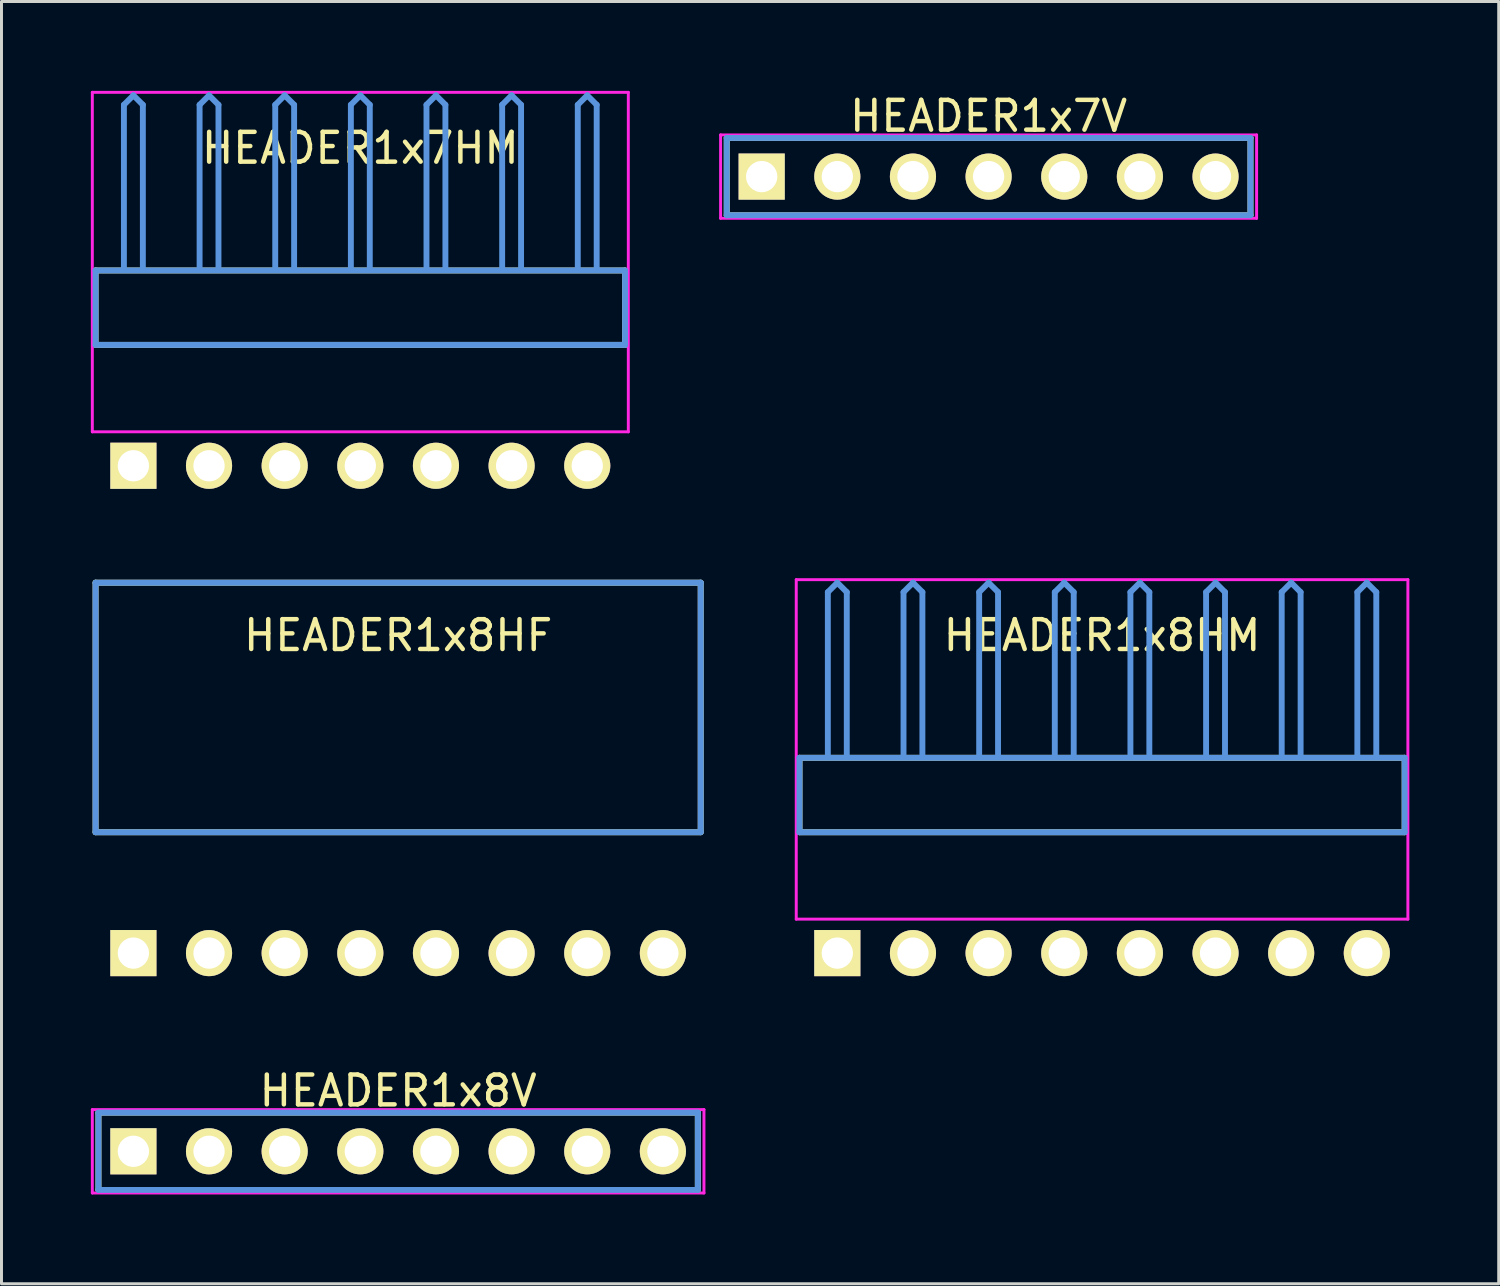
<source format=kicad_pcb>
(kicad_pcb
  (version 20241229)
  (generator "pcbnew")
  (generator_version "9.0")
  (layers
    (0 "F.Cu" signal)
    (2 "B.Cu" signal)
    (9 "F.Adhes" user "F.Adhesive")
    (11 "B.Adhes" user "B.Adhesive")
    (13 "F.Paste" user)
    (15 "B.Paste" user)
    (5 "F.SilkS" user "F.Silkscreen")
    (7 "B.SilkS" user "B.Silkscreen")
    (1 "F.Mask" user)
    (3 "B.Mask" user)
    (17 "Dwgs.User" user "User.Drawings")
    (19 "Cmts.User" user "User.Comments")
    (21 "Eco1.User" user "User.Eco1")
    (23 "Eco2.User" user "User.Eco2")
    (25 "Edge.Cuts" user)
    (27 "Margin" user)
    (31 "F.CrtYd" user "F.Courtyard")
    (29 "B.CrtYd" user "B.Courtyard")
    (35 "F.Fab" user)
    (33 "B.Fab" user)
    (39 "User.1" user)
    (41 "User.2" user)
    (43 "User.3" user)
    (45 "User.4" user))
  (footprint "HEADER1x7HM"
    (layer "F.Cu")
    (at 1.429 12.59)
    (property "Reference" "HEADER1x7HM" (at 7.62 -10.668 0) (layer "F.SilkS") (effects (font (size 1.001 1.001) (thickness 0.15))))
    (attr through_hole)
    (fp_line (start -1.27 -6.558) (end -1.27 -4.059) (stroke (width 0.198) (type solid)) (layer "F.SilkS"))
    (fp_line (start -1.27 -4.059) (end 16.51 -4.059) (stroke (width 0.198) (type solid)) (layer "F.SilkS"))
    (fp_line (start 16.51 -6.558) (end -1.27 -6.558) (stroke (width 0.198) (type solid)) (layer "F.SilkS"))
    (fp_line (start 16.51 -4.059) (end 16.51 -6.558) (stroke (width 0.198) (type solid)) (layer "F.SilkS"))
    (fp_line (start -1.27 -6.558) (end -1.27 -4.059) (stroke (width 0.198) (type solid)) (layer "Cmts.User"))
    (fp_line (start -1.27 -4.059) (end 16.51 -4.059) (stroke (width 0.198) (type solid)) (layer "Cmts.User"))
    (fp_line (start -0.318 -12.121) (end 0 -12.438) (stroke (width 0.198) (type solid)) (layer "Cmts.User"))
    (fp_line (start -0.318 -6.599) (end -0.318 -12.121) (stroke (width 0.198) (type solid)) (layer "Cmts.User"))
    (fp_line (start 0.318 -12.121) (end 0 -12.438) (stroke (width 0.198) (type solid)) (layer "Cmts.User"))
    (fp_line (start 0.318 -6.599) (end 0.318 -12.121) (stroke (width 0.198) (type solid)) (layer "Cmts.User"))
    (fp_line (start 2.223 -12.121) (end 2.54 -12.438) (stroke (width 0.198) (type solid)) (layer "Cmts.User"))
    (fp_line (start 2.223 -6.599) (end 2.223 -12.121) (stroke (width 0.198) (type solid)) (layer "Cmts.User"))
    (fp_line (start 2.857 -12.121) (end 2.54 -12.438) (stroke (width 0.198) (type solid)) (layer "Cmts.User"))
    (fp_line (start 2.857 -6.599) (end 2.857 -12.121) (stroke (width 0.198) (type solid)) (layer "Cmts.User"))
    (fp_line (start 4.763 -12.121) (end 5.08 -12.438) (stroke (width 0.198) (type solid)) (layer "Cmts.User"))
    (fp_line (start 4.763 -6.599) (end 4.763 -12.121) (stroke (width 0.198) (type solid)) (layer "Cmts.User"))
    (fp_line (start 5.397 -12.121) (end 5.08 -12.438) (stroke (width 0.198) (type solid)) (layer "Cmts.User"))
    (fp_line (start 5.397 -6.599) (end 5.397 -12.121) (stroke (width 0.198) (type solid)) (layer "Cmts.User"))
    (fp_line (start 7.303 -12.121) (end 7.62 -12.438) (stroke (width 0.198) (type solid)) (layer "Cmts.User"))
    (fp_line (start 7.303 -6.599) (end 7.303 -12.121) (stroke (width 0.198) (type solid)) (layer "Cmts.User"))
    (fp_line (start 7.938 -12.121) (end 7.62 -12.438) (stroke (width 0.198) (type solid)) (layer "Cmts.User"))
    (fp_line (start 7.938 -6.599) (end 7.938 -12.121) (stroke (width 0.198) (type solid)) (layer "Cmts.User"))
    (fp_line (start 9.842 -12.121) (end 10.16 -12.438) (stroke (width 0.198) (type solid)) (layer "Cmts.User"))
    (fp_line (start 9.842 -6.599) (end 9.842 -12.121) (stroke (width 0.198) (type solid)) (layer "Cmts.User"))
    (fp_line (start 10.477 -12.121) (end 10.16 -12.438) (stroke (width 0.198) (type solid)) (layer "Cmts.User"))
    (fp_line (start 10.477 -6.599) (end 10.477 -12.121) (stroke (width 0.198) (type solid)) (layer "Cmts.User"))
    (fp_line (start 12.383 -12.121) (end 12.7 -12.438) (stroke (width 0.198) (type solid)) (layer "Cmts.User"))
    (fp_line (start 12.383 -6.599) (end 12.383 -12.121) (stroke (width 0.198) (type solid)) (layer "Cmts.User"))
    (fp_line (start 13.018 -12.121) (end 12.7 -12.438) (stroke (width 0.198) (type solid)) (layer "Cmts.User"))
    (fp_line (start 13.018 -6.599) (end 13.018 -12.121) (stroke (width 0.198) (type solid)) (layer "Cmts.User"))
    (fp_line (start 14.922 -12.121) (end 15.24 -12.438) (stroke (width 0.198) (type solid)) (layer "Cmts.User"))
    (fp_line (start 14.922 -6.599) (end 14.922 -12.121) (stroke (width 0.198) (type solid)) (layer "Cmts.User"))
    (fp_line (start 15.557 -12.121) (end 15.24 -12.438) (stroke (width 0.198) (type solid)) (layer "Cmts.User"))
    (fp_line (start 15.557 -6.599) (end 15.557 -12.121) (stroke (width 0.198) (type solid)) (layer "Cmts.User"))
    (fp_line (start 16.51 -6.558) (end -1.27 -6.558) (stroke (width 0.198) (type solid)) (layer "Cmts.User"))
    (fp_line (start 16.51 -4.059) (end 16.51 -6.558) (stroke (width 0.198) (type solid)) (layer "Cmts.User"))
    (fp_line (start -1.379 -12.54) (end 16.619 -12.54) (stroke (width 0.099) (type solid)) (layer "F.CrtYd"))
    (fp_line (start -1.379 -1.14) (end -1.379 -12.54) (stroke (width 0.099) (type solid)) (layer "F.CrtYd"))
    (fp_line (start 16.619 -12.54) (end 16.619 -1.14) (stroke (width 0.099) (type solid)) (layer "F.CrtYd"))
    (fp_line (start 16.619 -1.14) (end -1.379 -1.14) (stroke (width 0.099) (type solid)) (layer "F.CrtYd"))
    (pad "1" thru_hole rect (at 0 0) (size 1.549 1.549) (drill 1.049) (layers "*.Cu" "*.Mask" "F.SilkS"))
    (pad "2" thru_hole circle (at 2.54 0) (size 1.549 1.549) (drill 1.049) (layers "*.Cu" "*.Mask" "F.SilkS"))
    (pad "3" thru_hole circle (at 5.08 0) (size 1.549 1.549) (drill 1.049) (layers "*.Cu" "*.Mask" "F.SilkS"))
    (pad "4" thru_hole circle (at 7.62 0) (size 1.549 1.549) (drill 1.049) (layers "*.Cu" "*.Mask" "F.SilkS"))
    (pad "5" thru_hole circle (at 10.16 0) (size 1.549 1.549) (drill 1.049) (layers "*.Cu" "*.Mask" "F.SilkS"))
    (pad "6" thru_hole circle (at 12.7 0) (size 1.549 1.549) (drill 1.049) (layers "*.Cu" "*.Mask" "F.SilkS"))
    (pad "7" thru_hole circle (at 15.24 0) (size 1.549 1.549) (drill 1.049) (layers "*.Cu" "*.Mask" "F.SilkS")))
  (footprint "HEADER1x8HM"
    (layer "F.Cu")
    (at 25.066 28.954)
    (property "Reference" "HEADER1x8HM" (at 8.89 -10.668 0) (layer "F.SilkS") (effects (font (size 1.001 1.001) (thickness 0.15))))
    (attr through_hole)
    (fp_line (start -1.27 -6.558) (end -1.27 -4.059) (stroke (width 0.198) (type solid)) (layer "F.SilkS"))
    (fp_line (start -1.27 -4.059) (end 19.05 -4.059) (stroke (width 0.198) (type solid)) (layer "F.SilkS"))
    (fp_line (start 19.05 -6.558) (end -1.27 -6.558) (stroke (width 0.198) (type solid)) (layer "F.SilkS"))
    (fp_line (start 19.05 -4.059) (end 19.05 -6.558) (stroke (width 0.198) (type solid)) (layer "F.SilkS"))
    (fp_line (start -1.27 -6.558) (end -1.27 -4.059) (stroke (width 0.198) (type solid)) (layer "Cmts.User"))
    (fp_line (start -1.27 -4.059) (end 19.05 -4.059) (stroke (width 0.198) (type solid)) (layer "Cmts.User"))
    (fp_line (start -0.318 -12.121) (end 0 -12.438) (stroke (width 0.198) (type solid)) (layer "Cmts.User"))
    (fp_line (start -0.318 -6.599) (end -0.318 -12.121) (stroke (width 0.198) (type solid)) (layer "Cmts.User"))
    (fp_line (start 0.318 -12.121) (end 0 -12.438) (stroke (width 0.198) (type solid)) (layer "Cmts.User"))
    (fp_line (start 0.318 -6.599) (end 0.318 -12.121) (stroke (width 0.198) (type solid)) (layer "Cmts.User"))
    (fp_line (start 2.223 -12.121) (end 2.54 -12.438) (stroke (width 0.198) (type solid)) (layer "Cmts.User"))
    (fp_line (start 2.223 -6.599) (end 2.223 -12.121) (stroke (width 0.198) (type solid)) (layer "Cmts.User"))
    (fp_line (start 2.857 -12.121) (end 2.54 -12.438) (stroke (width 0.198) (type solid)) (layer "Cmts.User"))
    (fp_line (start 2.857 -6.599) (end 2.857 -12.121) (stroke (width 0.198) (type solid)) (layer "Cmts.User"))
    (fp_line (start 4.763 -12.121) (end 5.08 -12.438) (stroke (width 0.198) (type solid)) (layer "Cmts.User"))
    (fp_line (start 4.763 -6.599) (end 4.763 -12.121) (stroke (width 0.198) (type solid)) (layer "Cmts.User"))
    (fp_line (start 5.397 -12.121) (end 5.08 -12.438) (stroke (width 0.198) (type solid)) (layer "Cmts.User"))
    (fp_line (start 5.397 -6.599) (end 5.397 -12.121) (stroke (width 0.198) (type solid)) (layer "Cmts.User"))
    (fp_line (start 7.303 -12.121) (end 7.62 -12.438) (stroke (width 0.198) (type solid)) (layer "Cmts.User"))
    (fp_line (start 7.303 -6.599) (end 7.303 -12.121) (stroke (width 0.198) (type solid)) (layer "Cmts.User"))
    (fp_line (start 7.938 -12.121) (end 7.62 -12.438) (stroke (width 0.198) (type solid)) (layer "Cmts.User"))
    (fp_line (start 7.938 -6.599) (end 7.938 -12.121) (stroke (width 0.198) (type solid)) (layer "Cmts.User"))
    (fp_line (start 9.842 -12.121) (end 10.16 -12.438) (stroke (width 0.198) (type solid)) (layer "Cmts.User"))
    (fp_line (start 9.842 -6.599) (end 9.842 -12.121) (stroke (width 0.198) (type solid)) (layer "Cmts.User"))
    (fp_line (start 10.477 -12.121) (end 10.16 -12.438) (stroke (width 0.198) (type solid)) (layer "Cmts.User"))
    (fp_line (start 10.477 -6.599) (end 10.477 -12.121) (stroke (width 0.198) (type solid)) (layer "Cmts.User"))
    (fp_line (start 12.383 -12.121) (end 12.7 -12.438) (stroke (width 0.198) (type solid)) (layer "Cmts.User"))
    (fp_line (start 12.383 -6.599) (end 12.383 -12.121) (stroke (width 0.198) (type solid)) (layer "Cmts.User"))
    (fp_line (start 13.018 -12.121) (end 12.7 -12.438) (stroke (width 0.198) (type solid)) (layer "Cmts.User"))
    (fp_line (start 13.018 -6.599) (end 13.018 -12.121) (stroke (width 0.198) (type solid)) (layer "Cmts.User"))
    (fp_line (start 14.922 -12.121) (end 15.24 -12.438) (stroke (width 0.198) (type solid)) (layer "Cmts.User"))
    (fp_line (start 14.922 -6.599) (end 14.922 -12.121) (stroke (width 0.198) (type solid)) (layer "Cmts.User"))
    (fp_line (start 15.557 -12.121) (end 15.24 -12.438) (stroke (width 0.198) (type solid)) (layer "Cmts.User"))
    (fp_line (start 15.557 -6.599) (end 15.557 -12.121) (stroke (width 0.198) (type solid)) (layer "Cmts.User"))
    (fp_line (start 17.462 -12.121) (end 17.78 -12.438) (stroke (width 0.198) (type solid)) (layer "Cmts.User"))
    (fp_line (start 17.462 -6.599) (end 17.462 -12.121) (stroke (width 0.198) (type solid)) (layer "Cmts.User"))
    (fp_line (start 18.098 -12.121) (end 17.78 -12.438) (stroke (width 0.198) (type solid)) (layer "Cmts.User"))
    (fp_line (start 18.098 -6.599) (end 18.098 -12.121) (stroke (width 0.198) (type solid)) (layer "Cmts.User"))
    (fp_line (start 19.05 -6.558) (end -1.27 -6.558) (stroke (width 0.198) (type solid)) (layer "Cmts.User"))
    (fp_line (start 19.05 -4.059) (end 19.05 -6.558) (stroke (width 0.198) (type solid)) (layer "Cmts.User"))
    (fp_line (start -1.379 -12.54) (end 19.159 -12.54) (stroke (width 0.099) (type solid)) (layer "F.CrtYd"))
    (fp_line (start -1.379 -1.14) (end -1.379 -12.54) (stroke (width 0.099) (type solid)) (layer "F.CrtYd"))
    (fp_line (start 19.159 -12.54) (end 19.159 -1.14) (stroke (width 0.099) (type solid)) (layer "F.CrtYd"))
    (fp_line (start 19.159 -1.14) (end -1.379 -1.14) (stroke (width 0.099) (type solid)) (layer "F.CrtYd"))
    (pad "1" thru_hole rect (at 0 0) (size 1.549 1.549) (drill 1.049) (layers "*.Cu" "*.Mask" "F.SilkS"))
    (pad "2" thru_hole circle (at 2.54 0) (size 1.549 1.549) (drill 1.049) (layers "*.Cu" "*.Mask" "F.SilkS"))
    (pad "3" thru_hole circle (at 5.08 0) (size 1.549 1.549) (drill 1.049) (layers "*.Cu" "*.Mask" "F.SilkS"))
    (pad "4" thru_hole circle (at 7.62 0) (size 1.549 1.549) (drill 1.049) (layers "*.Cu" "*.Mask" "F.SilkS"))
    (pad "5" thru_hole circle (at 10.16 0) (size 1.549 1.549) (drill 1.049) (layers "*.Cu" "*.Mask" "F.SilkS"))
    (pad "6" thru_hole circle (at 12.7 0) (size 1.549 1.549) (drill 1.049) (layers "*.Cu" "*.Mask" "F.SilkS"))
    (pad "7" thru_hole circle (at 15.24 0) (size 1.549 1.549) (drill 1.049) (layers "*.Cu" "*.Mask" "F.SilkS"))
    (pad "8" thru_hole circle (at 17.78 0) (size 1.549 1.549) (drill 1.049) (layers "*.Cu" "*.Mask" "F.SilkS")))
  (footprint "HEADER1x8V"
    (layer "F.Cu")
    (at 1.429 35.609)
    (property "Reference" "HEADER1x8V" (at 8.89 -2.032 0) (layer "F.SilkS") (effects (font (size 1.001 1.001) (thickness 0.15))))
    (attr through_hole)
    (fp_line (start -1.173 -1.298) (end -1.173 1.298) (stroke (width 0.198) (type solid)) (layer "F.SilkS"))
    (fp_line (start -1.173 1.298) (end 18.953 1.298) (stroke (width 0.198) (type solid)) (layer "F.SilkS"))
    (fp_line (start 18.953 -1.298) (end -1.173 -1.298) (stroke (width 0.198) (type solid)) (layer "F.SilkS"))
    (fp_line (start 18.953 1.298) (end 18.953 -1.298) (stroke (width 0.198) (type solid)) (layer "F.SilkS"))
    (fp_line (start -1.173 -1.298) (end -1.173 1.298) (stroke (width 0.198) (type solid)) (layer "Cmts.User"))
    (fp_line (start -1.173 1.298) (end 18.953 1.298) (stroke (width 0.198) (type solid)) (layer "Cmts.User"))
    (fp_line (start 18.953 -1.298) (end -1.173 -1.298) (stroke (width 0.198) (type solid)) (layer "Cmts.User"))
    (fp_line (start 18.953 1.298) (end 18.953 -1.298) (stroke (width 0.198) (type solid)) (layer "Cmts.User"))
    (fp_line (start -1.379 -1.4) (end -1.379 1.4) (stroke (width 0.099) (type solid)) (layer "F.CrtYd"))
    (fp_line (start -1.379 1.4) (end 19.159 1.4) (stroke (width 0.099) (type solid)) (layer "F.CrtYd"))
    (fp_line (start 19.159 -1.4) (end -1.379 -1.4) (stroke (width 0.099) (type solid)) (layer "F.CrtYd"))
    (fp_line (start 19.159 1.4) (end 19.159 -1.4) (stroke (width 0.099) (type solid)) (layer "F.CrtYd"))
    (pad "1" thru_hole rect (at 0 0) (size 1.549 1.549) (drill 1.049) (layers "*.Cu" "*.Mask" "F.SilkS"))
    (pad "2" thru_hole circle (at 2.54 0) (size 1.549 1.549) (drill 1.049) (layers "*.Cu" "*.Mask" "F.SilkS"))
    (pad "3" thru_hole circle (at 5.08 0) (size 1.549 1.549) (drill 1.049) (layers "*.Cu" "*.Mask" "F.SilkS"))
    (pad "4" thru_hole circle (at 7.62 0) (size 1.549 1.549) (drill 1.049) (layers "*.Cu" "*.Mask" "F.SilkS"))
    (pad "5" thru_hole circle (at 10.16 0) (size 1.549 1.549) (drill 1.049) (layers "*.Cu" "*.Mask" "F.SilkS"))
    (pad "6" thru_hole circle (at 12.7 0) (size 1.549 1.549) (drill 1.049) (layers "*.Cu" "*.Mask" "F.SilkS"))
    (pad "7" thru_hole circle (at 15.24 0) (size 1.549 1.549) (drill 1.049) (layers "*.Cu" "*.Mask" "F.SilkS"))
    (pad "8" thru_hole circle (at 17.78 0) (size 1.549 1.549) (drill 1.049) (layers "*.Cu" "*.Mask" "F.SilkS")))
  (footprint "HEADER1x8HF"
    (layer "F.Cu")
    (at 1.429 28.954)
    (property "Reference" "HEADER1x8HF" (at 8.89 -10.668 0) (layer "F.SilkS") (effects (font (size 1.001 1.001) (thickness 0.15))))
    (attr through_hole)
    (fp_line (start -1.27 -12.438) (end -1.27 -4.059) (stroke (width 0.198) (type solid)) (layer "F.SilkS"))
    (fp_line (start -1.27 -4.059) (end 19.05 -4.059) (stroke (width 0.198) (type solid)) (layer "F.SilkS"))
    (fp_line (start 19.05 -12.438) (end -1.27 -12.438) (stroke (width 0.198) (type solid)) (layer "F.SilkS"))
    (fp_line (start 19.05 -4.059) (end 19.05 -12.438) (stroke (width 0.198) (type solid)) (layer "F.SilkS"))
    (fp_line (start -1.27 -12.438) (end -1.27 -4.059) (stroke (width 0.198) (type solid)) (layer "Cmts.User"))
    (fp_line (start -1.27 -4.059) (end 19.05 -4.059) (stroke (width 0.198) (type solid)) (layer "Cmts.User"))
    (fp_line (start 19.05 -12.438) (end -1.27 -12.438) (stroke (width 0.198) (type solid)) (layer "Cmts.User"))
    (fp_line (start 19.05 -4.059) (end 19.05 -12.438) (stroke (width 0.198) (type solid)) (layer "Cmts.User"))
    (fp_line (start -1.379 -12.54) (end 19.159 -12.54) (stroke (width 0.099) (type solid)) (layer "Eco1.User"))
    (fp_line (start -1.379 -1.14) (end -1.379 -12.54) (stroke (width 0.099) (type solid)) (layer "Eco1.User"))
    (fp_line (start 19.159 -12.54) (end 19.159 -1.14) (stroke (width 0.099) (type solid)) (layer "Eco1.User"))
    (fp_line (start 19.159 -1.14) (end -1.379 -1.14) (stroke (width 0.099) (type solid)) (layer "Eco1.User"))
    (pad "1" thru_hole rect (at 0 0) (size 1.549 1.549) (drill 1.049) (layers "*.Cu" "*.Mask" "F.SilkS"))
    (pad "2" thru_hole circle (at 2.54 0) (size 1.549 1.549) (drill 1.049) (layers "*.Cu" "*.Mask" "F.SilkS"))
    (pad "3" thru_hole circle (at 5.08 0) (size 1.549 1.549) (drill 1.049) (layers "*.Cu" "*.Mask" "F.SilkS"))
    (pad "4" thru_hole circle (at 7.62 0) (size 1.549 1.549) (drill 1.049) (layers "*.Cu" "*.Mask" "F.SilkS"))
    (pad "5" thru_hole circle (at 10.16 0) (size 1.549 1.549) (drill 1.049) (layers "*.Cu" "*.Mask" "F.SilkS"))
    (pad "6" thru_hole circle (at 12.7 0) (size 1.549 1.549) (drill 1.049) (layers "*.Cu" "*.Mask" "F.SilkS"))
    (pad "7" thru_hole circle (at 15.24 0) (size 1.549 1.549) (drill 1.049) (layers "*.Cu" "*.Mask" "F.SilkS"))
    (pad "8" thru_hole circle (at 17.78 0) (size 1.549 1.549) (drill 1.049) (layers "*.Cu" "*.Mask" "F.SilkS")))
  (footprint "HEADER1x7V"
    (layer "F.Cu")
    (at 22.526 2.88)
    (property "Reference" "HEADER1x7V" (at 7.62 -2.032 0) (layer "F.SilkS") (effects (font (size 1.001 1.001) (thickness 0.15))))
    (attr through_hole)
    (fp_line (start -1.173 -1.298) (end -1.173 1.298) (stroke (width 0.198) (type solid)) (layer "F.SilkS"))
    (fp_line (start -1.173 1.298) (end 16.413 1.298) (stroke (width 0.198) (type solid)) (layer "F.SilkS"))
    (fp_line (start 16.413 -1.298) (end -1.173 -1.298) (stroke (width 0.198) (type solid)) (layer "F.SilkS"))
    (fp_line (start 16.413 1.298) (end 16.413 -1.298) (stroke (width 0.198) (type solid)) (layer "F.SilkS"))
    (fp_line (start -1.173 -1.298) (end -1.173 1.298) (stroke (width 0.198) (type solid)) (layer "Cmts.User"))
    (fp_line (start -1.173 1.298) (end 16.413 1.298) (stroke (width 0.198) (type solid)) (layer "Cmts.User"))
    (fp_line (start 16.413 -1.298) (end -1.173 -1.298) (stroke (width 0.198) (type solid)) (layer "Cmts.User"))
    (fp_line (start 16.413 1.298) (end 16.413 -1.298) (stroke (width 0.198) (type solid)) (layer "Cmts.User"))
    (fp_line (start -1.379 -1.4) (end -1.379 1.4) (stroke (width 0.099) (type solid)) (layer "F.CrtYd"))
    (fp_line (start -1.379 1.4) (end 16.619 1.4) (stroke (width 0.099) (type solid)) (layer "F.CrtYd"))
    (fp_line (start 16.619 -1.4) (end -1.379 -1.4) (stroke (width 0.099) (type solid)) (layer "F.CrtYd"))
    (fp_line (start 16.619 1.4) (end 16.619 -1.4) (stroke (width 0.099) (type solid)) (layer "F.CrtYd"))
    (pad "1" thru_hole rect (at 0 0) (size 1.549 1.549) (drill 1.049) (layers "*.Cu" "*.Mask" "F.SilkS"))
    (pad "2" thru_hole circle (at 2.54 0) (size 1.549 1.549) (drill 1.049) (layers "*.Cu" "*.Mask" "F.SilkS"))
    (pad "3" thru_hole circle (at 5.08 0) (size 1.549 1.549) (drill 1.049) (layers "*.Cu" "*.Mask" "F.SilkS"))
    (pad "4" thru_hole circle (at 7.62 0) (size 1.549 1.549) (drill 1.049) (layers "*.Cu" "*.Mask" "F.SilkS"))
    (pad "5" thru_hole circle (at 10.16 0) (size 1.549 1.549) (drill 1.049) (layers "*.Cu" "*.Mask" "F.SilkS"))
    (pad "6" thru_hole circle (at 12.7 0) (size 1.549 1.549) (drill 1.049) (layers "*.Cu" "*.Mask" "F.SilkS"))
    (pad "7" thru_hole circle (at 15.24 0) (size 1.549 1.549) (drill 1.049) (layers "*.Cu" "*.Mask" "F.SilkS")))
  (gr_rect
    (start -3 -3)
    (end 47.275 40.058)
    (stroke (width 0.1) (type default))
    (fill no)
    (layer "Edge.Cuts")))
</source>
